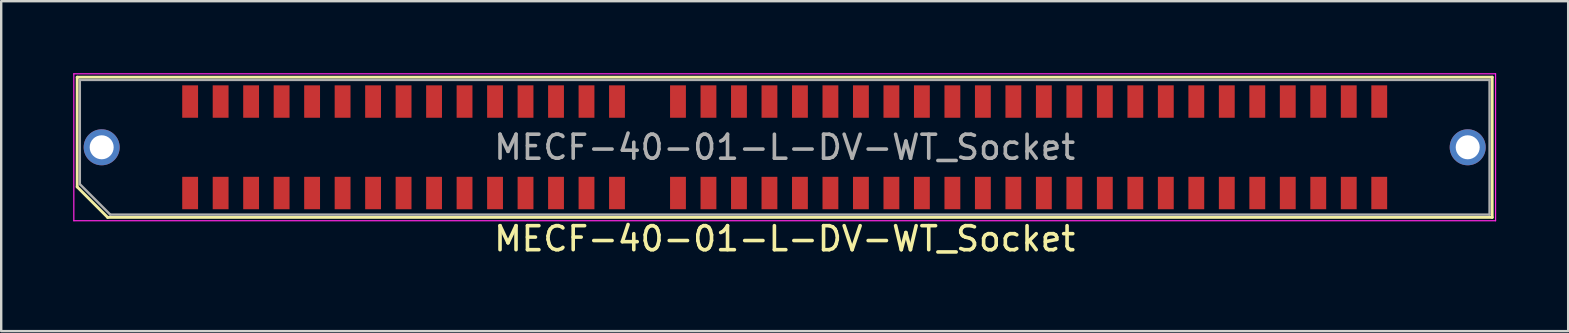
<source format=kicad_pcb>
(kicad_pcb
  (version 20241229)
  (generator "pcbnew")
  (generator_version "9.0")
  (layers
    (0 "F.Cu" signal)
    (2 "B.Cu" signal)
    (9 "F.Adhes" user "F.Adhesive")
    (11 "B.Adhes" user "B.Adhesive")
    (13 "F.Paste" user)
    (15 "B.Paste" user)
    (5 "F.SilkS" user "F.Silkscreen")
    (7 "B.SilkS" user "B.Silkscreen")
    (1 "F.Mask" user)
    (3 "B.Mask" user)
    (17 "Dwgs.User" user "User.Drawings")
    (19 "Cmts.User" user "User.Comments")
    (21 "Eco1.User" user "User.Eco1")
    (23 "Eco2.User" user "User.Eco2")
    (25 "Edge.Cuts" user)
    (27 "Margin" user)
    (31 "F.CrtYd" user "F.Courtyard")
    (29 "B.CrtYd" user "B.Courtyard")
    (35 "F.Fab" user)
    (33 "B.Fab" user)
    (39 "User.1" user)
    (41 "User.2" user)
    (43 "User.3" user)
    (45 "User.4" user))
  (footprint "MECF-40-01-L-DV-WT_Socket"
    (layer "F.Cu")
    (at 29.635 3.085)
    (property "Reference" "MECF-40-01-L-DV-WT_Socket" (at 0 3.81 0) (layer "F.SilkS") (effects (font (size 1 1) (thickness 0.15))))
    (attr smd)
    (fp_line (start -29.47 -2.92) (end 29.47 -2.92) (stroke (width 0.12) (type solid)) (layer "F.SilkS"))
    (fp_line (start -29.47 1.65) (end -29.47 -2.92) (stroke (width 0.12) (type solid)) (layer "F.SilkS"))
    (fp_line (start -28.2 2.92) (end -29.47 1.65) (stroke (width 0.12) (type solid)) (layer "F.SilkS"))
    (fp_line (start -28.2 2.92) (end 29.47 2.92) (stroke (width 0.12) (type solid)) (layer "F.SilkS"))
    (fp_line (start 29.47 2.92) (end 29.47 -2.92) (stroke (width 0.12) (type solid)) (layer "F.SilkS"))
    (fp_line (start -29.61 -3.06) (end -29.61 3.06) (stroke (width 0.05) (type solid)) (layer "F.CrtYd"))
    (fp_line (start -29.61 3.06) (end 29.61 3.06) (stroke (width 0.05) (type solid)) (layer "F.CrtYd"))
    (fp_line (start 29.61 -3.06) (end -29.61 -3.06) (stroke (width 0.05) (type solid)) (layer "F.CrtYd"))
    (fp_line (start 29.61 3.06) (end 29.61 -3.06) (stroke (width 0.05) (type solid)) (layer "F.CrtYd"))
    (fp_line (start -29.36 -2.805) (end 29.36 -2.805) (stroke (width 0.1) (type solid)) (layer "F.Fab"))
    (fp_line (start -29.36 1.535) (end -29.36 -2.805) (stroke (width 0.1) (type solid)) (layer "F.Fab"))
    (fp_line (start -29.36 1.535) (end -28.09 2.805) (stroke (width 0.1) (type solid)) (layer "F.Fab"))
    (fp_line (start -28.09 2.805) (end 29.36 2.805) (stroke (width 0.1) (type solid)) (layer "F.Fab"))
    (fp_line (start 29.36 2.805) (end 29.36 -2.805) (stroke (width 0.1) (type solid)) (layer "F.Fab"))
    (fp_text user "${REFERENCE}" (at 0 0 0) (layer "F.Fab") (effects (font (size 1 1) (thickness 0.15))))
    (pad "" thru_hole circle (at -28.45 0) (size 1.5 1.5) (drill 1) (layers "*.Cu" "*.Mask"))
    (pad "" np_thru_hole circle (at -26.545 0) (size 0.001 0.001) (drill 1.45) (layers "*.Cu" "*.Mask"))
    (pad "" np_thru_hole circle (at 26.545 1) (size 0.001 0.001) (drill 1.45) (layers "*.Cu" "*.Mask"))
    (pad "" thru_hole circle (at 28.45 0) (size 1.5 1.5) (drill 1) (layers "*.Cu" "*.Mask"))
    (pad "1" smd rect (at -24.765 1.905) (size 0.66 1.35) (layers "F.Cu" "F.Mask" "F.Paste"))
    (pad "2" smd rect (at -24.765 -1.905) (size 0.66 1.35) (layers "F.Cu" "F.Mask" "F.Paste"))
    (pad "3" smd rect (at -23.495 1.905) (size 0.66 1.35) (layers "F.Cu" "F.Mask" "F.Paste"))
    (pad "4" smd rect (at -23.495 -1.905) (size 0.66 1.35) (layers "F.Cu" "F.Mask" "F.Paste"))
    (pad "5" smd rect (at -22.225 1.905) (size 0.66 1.35) (layers "F.Cu" "F.Mask" "F.Paste"))
    (pad "6" smd rect (at -22.225 -1.905) (size 0.66 1.35) (layers "F.Cu" "F.Mask" "F.Paste"))
    (pad "7" smd rect (at -20.955 1.905) (size 0.66 1.35) (layers "F.Cu" "F.Mask" "F.Paste"))
    (pad "8" smd rect (at -20.955 -1.905) (size 0.66 1.35) (layers "F.Cu" "F.Mask" "F.Paste"))
    (pad "9" smd rect (at -19.685 1.905) (size 0.66 1.35) (layers "F.Cu" "F.Mask" "F.Paste"))
    (pad "10" smd rect (at -19.685 -1.905) (size 0.66 1.35) (layers "F.Cu" "F.Mask" "F.Paste"))
    (pad "11" smd rect (at -18.415 1.905) (size 0.66 1.35) (layers "F.Cu" "F.Mask" "F.Paste"))
    (pad "12" smd rect (at -18.415 -1.905) (size 0.66 1.35) (layers "F.Cu" "F.Mask" "F.Paste"))
    (pad "13" smd rect (at -17.145 1.905) (size 0.66 1.35) (layers "F.Cu" "F.Mask" "F.Paste"))
    (pad "14" smd rect (at -17.145 -1.905) (size 0.66 1.35) (layers "F.Cu" "F.Mask" "F.Paste"))
    (pad "15" smd rect (at -15.875 1.905) (size 0.66 1.35) (layers "F.Cu" "F.Mask" "F.Paste"))
    (pad "16" smd rect (at -15.875 -1.905) (size 0.66 1.35) (layers "F.Cu" "F.Mask" "F.Paste"))
    (pad "17" smd rect (at -14.605 1.905) (size 0.66 1.35) (layers "F.Cu" "F.Mask" "F.Paste"))
    (pad "18" smd rect (at -14.605 -1.905) (size 0.66 1.35) (layers "F.Cu" "F.Mask" "F.Paste"))
    (pad "19" smd rect (at -13.335 1.905) (size 0.66 1.35) (layers "F.Cu" "F.Mask" "F.Paste"))
    (pad "20" smd rect (at -13.335 -1.905) (size 0.66 1.35) (layers "F.Cu" "F.Mask" "F.Paste"))
    (pad "21" smd rect (at -12.065 1.905) (size 0.66 1.35) (layers "F.Cu" "F.Mask" "F.Paste"))
    (pad "22" smd rect (at -12.065 -1.905) (size 0.66 1.35) (layers "F.Cu" "F.Mask" "F.Paste"))
    (pad "23" smd rect (at -10.795 1.905) (size 0.66 1.35) (layers "F.Cu" "F.Mask" "F.Paste"))
    (pad "24" smd rect (at -10.795 -1.905) (size 0.66 1.35) (layers "F.Cu" "F.Mask" "F.Paste"))
    (pad "25" smd rect (at -9.525 1.905) (size 0.66 1.35) (layers "F.Cu" "F.Mask" "F.Paste"))
    (pad "26" smd rect (at -9.525 -1.905) (size 0.66 1.35) (layers "F.Cu" "F.Mask" "F.Paste"))
    (pad "27" smd rect (at -8.255 1.905) (size 0.66 1.35) (layers "F.Cu" "F.Mask" "F.Paste"))
    (pad "28" smd rect (at -8.255 -1.905) (size 0.66 1.35) (layers "F.Cu" "F.Mask" "F.Paste"))
    (pad "29" smd rect (at -6.985 1.905) (size 0.66 1.35) (layers "F.Cu" "F.Mask" "F.Paste"))
    (pad "30" smd rect (at -6.985 -1.905) (size 0.66 1.35) (layers "F.Cu" "F.Mask" "F.Paste"))
    (pad "33" smd rect (at -4.445 1.905) (size 0.66 1.35) (layers "F.Cu" "F.Mask" "F.Paste"))
    (pad "34" smd rect (at -4.445 -1.905) (size 0.66 1.35) (layers "F.Cu" "F.Mask" "F.Paste"))
    (pad "35" smd rect (at -3.175 1.905) (size 0.66 1.35) (layers "F.Cu" "F.Mask" "F.Paste"))
    (pad "36" smd rect (at -3.175 -1.905) (size 0.66 1.35) (layers "F.Cu" "F.Mask" "F.Paste"))
    (pad "37" smd rect (at -1.905 1.905) (size 0.66 1.35) (layers "F.Cu" "F.Mask" "F.Paste"))
    (pad "38" smd rect (at -1.905 -1.905) (size 0.66 1.35) (layers "F.Cu" "F.Mask" "F.Paste"))
    (pad "39" smd rect (at -0.635 1.905) (size 0.66 1.35) (layers "F.Cu" "F.Mask" "F.Paste"))
    (pad "40" smd rect (at -0.635 -1.905) (size 0.66 1.35) (layers "F.Cu" "F.Mask" "F.Paste"))
    (pad "41" smd rect (at 0.635 1.905) (size 0.66 1.35) (layers "F.Cu" "F.Mask" "F.Paste"))
    (pad "42" smd rect (at 0.635 -1.905) (size 0.66 1.35) (layers "F.Cu" "F.Mask" "F.Paste"))
    (pad "43" smd rect (at 1.905 1.905) (size 0.66 1.35) (layers "F.Cu" "F.Mask" "F.Paste"))
    (pad "44" smd rect (at 1.905 -1.905) (size 0.66 1.35) (layers "F.Cu" "F.Mask" "F.Paste"))
    (pad "45" smd rect (at 3.175 1.905) (size 0.66 1.35) (layers "F.Cu" "F.Mask" "F.Paste"))
    (pad "46" smd rect (at 3.175 -1.905) (size 0.66 1.35) (layers "F.Cu" "F.Mask" "F.Paste"))
    (pad "47" smd rect (at 4.445 1.905) (size 0.66 1.35) (layers "F.Cu" "F.Mask" "F.Paste"))
    (pad "48" smd rect (at 4.445 -1.905) (size 0.66 1.35) (layers "F.Cu" "F.Mask" "F.Paste"))
    (pad "49" smd rect (at 5.715 1.905) (size 0.66 1.35) (layers "F.Cu" "F.Mask" "F.Paste"))
    (pad "50" smd rect (at 5.715 -1.905) (size 0.66 1.35) (layers "F.Cu" "F.Mask" "F.Paste"))
    (pad "51" smd rect (at 6.985 1.905) (size 0.66 1.35) (layers "F.Cu" "F.Mask" "F.Paste"))
    (pad "52" smd rect (at 6.985 -1.905) (size 0.66 1.35) (layers "F.Cu" "F.Mask" "F.Paste"))
    (pad "53" smd rect (at 8.255 1.905) (size 0.66 1.35) (layers "F.Cu" "F.Mask" "F.Paste"))
    (pad "54" smd rect (at 8.255 -1.905) (size 0.66 1.35) (layers "F.Cu" "F.Mask" "F.Paste"))
    (pad "55" smd rect (at 9.525 1.905) (size 0.66 1.35) (layers "F.Cu" "F.Mask" "F.Paste"))
    (pad "56" smd rect (at 9.525 -1.905) (size 0.66 1.35) (layers "F.Cu" "F.Mask" "F.Paste"))
    (pad "57" smd rect (at 10.795 1.905) (size 0.66 1.35) (layers "F.Cu" "F.Mask" "F.Paste"))
    (pad "58" smd rect (at 10.795 -1.905) (size 0.66 1.35) (layers "F.Cu" "F.Mask" "F.Paste"))
    (pad "59" smd rect (at 12.065 1.905) (size 0.66 1.35) (layers "F.Cu" "F.Mask" "F.Paste"))
    (pad "60" smd rect (at 12.065 -1.905) (size 0.66 1.35) (layers "F.Cu" "F.Mask" "F.Paste"))
    (pad "61" smd rect (at 13.335 1.905) (size 0.66 1.35) (layers "F.Cu" "F.Mask" "F.Paste"))
    (pad "62" smd rect (at 13.335 -1.905) (size 0.66 1.35) (layers "F.Cu" "F.Mask" "F.Paste"))
    (pad "63" smd rect (at 14.605 1.905) (size 0.66 1.35) (layers "F.Cu" "F.Mask" "F.Paste"))
    (pad "64" smd rect (at 14.605 -1.905) (size 0.66 1.35) (layers "F.Cu" "F.Mask" "F.Paste"))
    (pad "65" smd rect (at 15.875 1.905) (size 0.66 1.35) (layers "F.Cu" "F.Mask" "F.Paste"))
    (pad "66" smd rect (at 15.875 -1.905) (size 0.66 1.35) (layers "F.Cu" "F.Mask" "F.Paste"))
    (pad "67" smd rect (at 17.145 1.905) (size 0.66 1.35) (layers "F.Cu" "F.Mask" "F.Paste"))
    (pad "68" smd rect (at 17.145 -1.905) (size 0.66 1.35) (layers "F.Cu" "F.Mask" "F.Paste"))
    (pad "69" smd rect (at 18.415 1.905) (size 0.66 1.35) (layers "F.Cu" "F.Mask" "F.Paste"))
    (pad "70" smd rect (at 18.415 -1.905) (size 0.66 1.35) (layers "F.Cu" "F.Mask" "F.Paste"))
    (pad "71" smd rect (at 19.685 1.905) (size 0.66 1.35) (layers "F.Cu" "F.Mask" "F.Paste"))
    (pad "72" smd rect (at 19.685 -1.905) (size 0.66 1.35) (layers "F.Cu" "F.Mask" "F.Paste"))
    (pad "73" smd rect (at 20.955 1.905) (size 0.66 1.35) (layers "F.Cu" "F.Mask" "F.Paste"))
    (pad "74" smd rect (at 20.955 -1.905) (size 0.66 1.35) (layers "F.Cu" "F.Mask" "F.Paste"))
    (pad "75" smd rect (at 22.225 1.905) (size 0.66 1.35) (layers "F.Cu" "F.Mask" "F.Paste"))
    (pad "76" smd rect (at 22.225 -1.905) (size 0.66 1.35) (layers "F.Cu" "F.Mask" "F.Paste"))
    (pad "77" smd rect (at 23.495 1.905) (size 0.66 1.35) (layers "F.Cu" "F.Mask" "F.Paste"))
    (pad "78" smd rect (at 23.495 -1.905) (size 0.66 1.35) (layers "F.Cu" "F.Mask" "F.Paste"))
    (pad "79" smd rect (at 24.765 1.905) (size 0.66 1.35) (layers "F.Cu" "F.Mask" "F.Paste"))
    (pad "80" smd rect (at 24.765 -1.905) (size 0.66 1.35) (layers "F.Cu" "F.Mask" "F.Paste")))
  (gr_rect
    (start -3 -3)
    (end 62.27 10.743)
    (stroke (width 0.1) (type default))
    (fill no)
    (layer "Edge.Cuts")))
</source>
